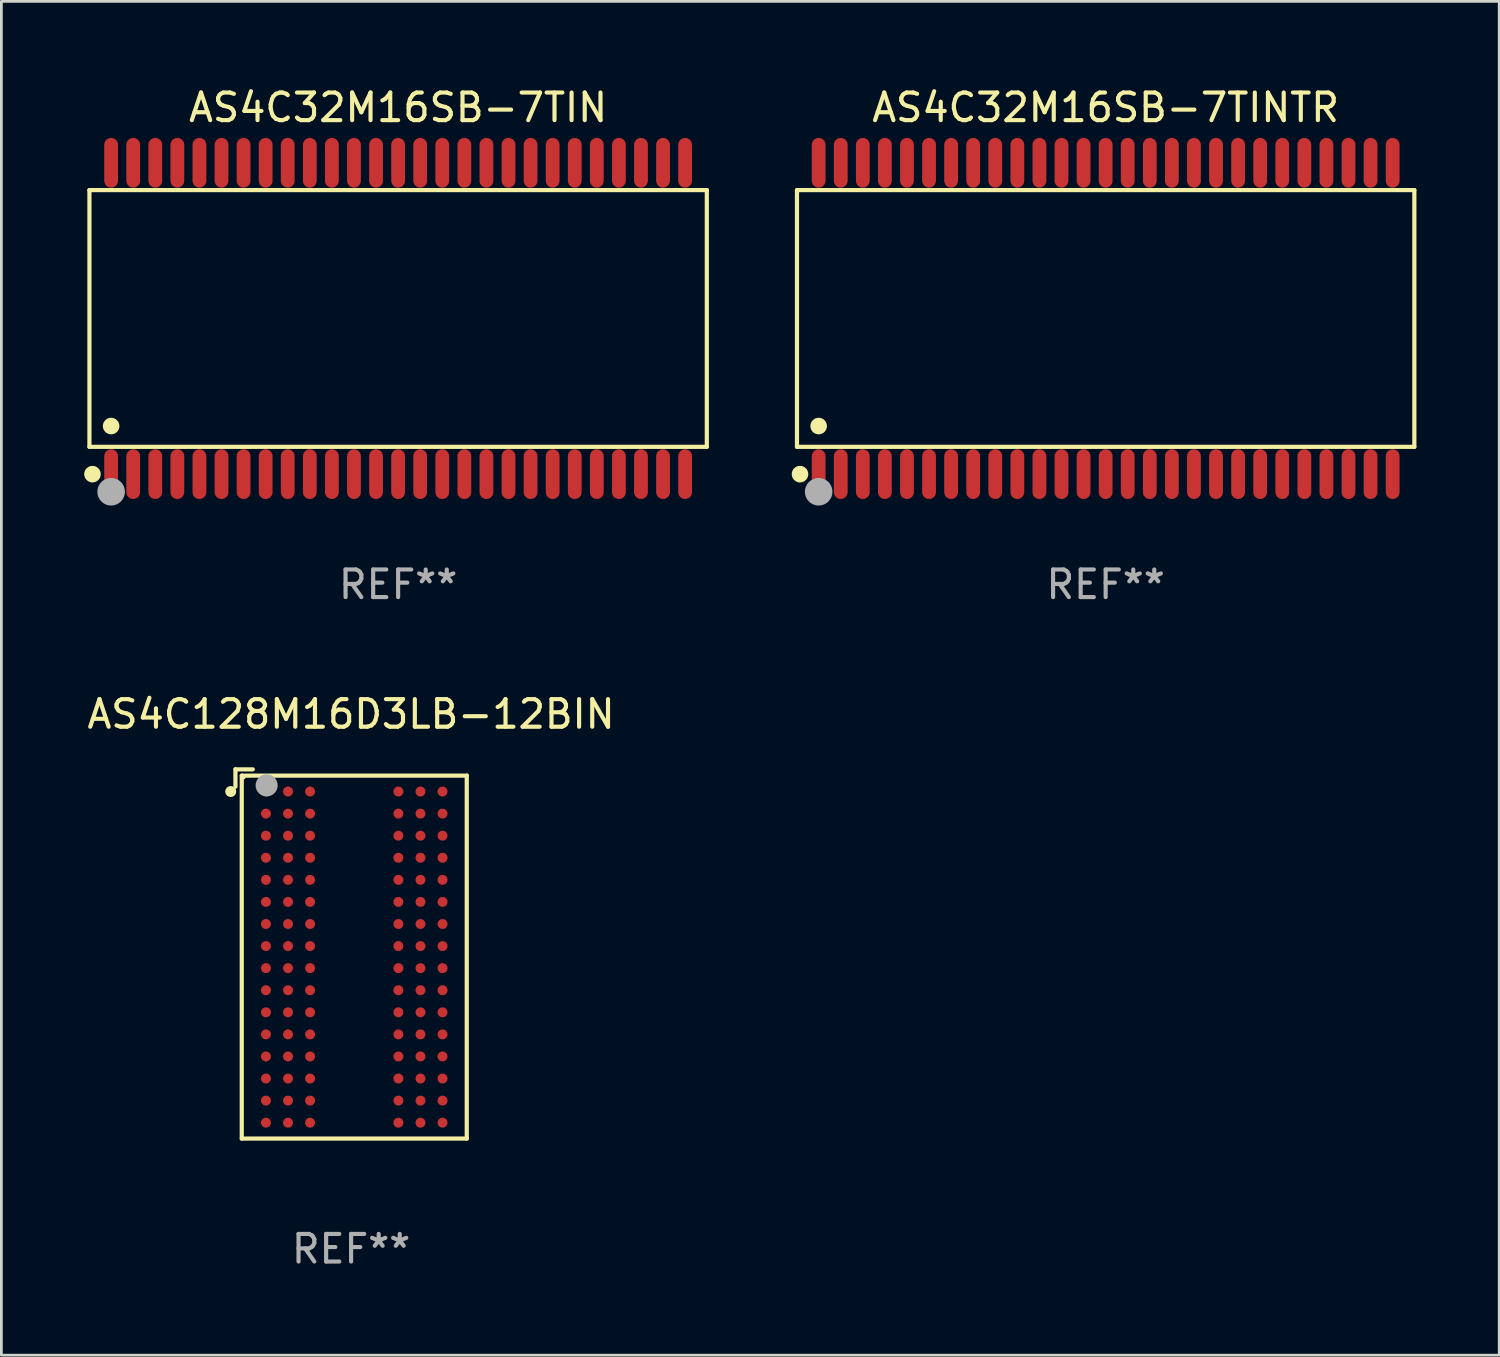
<source format=kicad_pcb>
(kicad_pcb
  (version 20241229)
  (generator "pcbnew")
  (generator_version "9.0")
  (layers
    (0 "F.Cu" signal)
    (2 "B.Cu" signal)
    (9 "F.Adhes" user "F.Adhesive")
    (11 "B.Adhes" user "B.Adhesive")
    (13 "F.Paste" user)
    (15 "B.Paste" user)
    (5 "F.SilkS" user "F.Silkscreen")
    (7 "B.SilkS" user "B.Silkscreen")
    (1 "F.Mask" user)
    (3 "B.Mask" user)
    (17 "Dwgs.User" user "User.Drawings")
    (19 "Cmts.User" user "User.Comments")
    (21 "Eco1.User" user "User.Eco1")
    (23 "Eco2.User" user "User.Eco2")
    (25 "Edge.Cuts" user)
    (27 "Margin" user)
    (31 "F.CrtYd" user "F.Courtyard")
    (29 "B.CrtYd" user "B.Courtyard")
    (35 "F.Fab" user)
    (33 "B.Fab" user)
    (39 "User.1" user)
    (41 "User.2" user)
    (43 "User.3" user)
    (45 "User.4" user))
  (footprint "AS4C32M16SB-7TINTR"
    (layer "F.Cu")
    (at 37.016 8.49)
    (property "Reference" "AS4C32M16SB-7TINTR" (at 0 -7.642 0) (layer "F.SilkS") (effects (font (size 1 1) (thickness 0.15))))
    (attr through_hole)
    (fp_line (start -11.186 -4.651) (end 11.186 -4.651) (stroke (width 0.152) (type solid)) (layer "F.SilkS"))
    (fp_line (start -11.186 4.651) (end -11.186 -4.651) (stroke (width 0.152) (type solid)) (layer "F.SilkS"))
    (fp_line (start 11.186 -4.651) (end 11.186 4.651) (stroke (width 0.152) (type solid)) (layer "F.SilkS"))
    (fp_line (start 11.186 4.651) (end -11.186 4.651) (stroke (width 0.152) (type solid)) (layer "F.SilkS"))
    (fp_circle (center -11.11 5.88) (end -11.08 5.88) (stroke (width 0.06) (type solid)) (fill no) (layer "F.SilkS"))
    (fp_circle (center -11.076 5.642) (end -10.926 5.642) (stroke (width 0.3) (type solid)) (fill no) (layer "F.SilkS"))
    (fp_circle (center -10.4 3.899) (end -10.25 3.899) (stroke (width 0.3) (type solid)) (fill no) (layer "F.SilkS"))
    (fp_circle (center -10.4 6.28) (end -10.15 6.28) (stroke (width 0.5) (type solid)) (fill no) (layer "F.Fab"))
    (fp_text user "REF**" (at 0 9.642 0) (layer "F.Fab") (effects (font (size 1 1) (thickness 0.15))))
    (pad "1" smd oval (at -10.4 5.642) (size 0.5 1.8) (layers "F.Cu" "F.Mask" "F.Paste"))
    (pad "2" smd oval (at -9.6 5.642) (size 0.5 1.8) (layers "F.Cu" "F.Mask" "F.Paste"))
    (pad "3" smd oval (at -8.8 5.642) (size 0.5 1.8) (layers "F.Cu" "F.Mask" "F.Paste"))
    (pad "4" smd oval (at -8 5.642) (size 0.5 1.8) (layers "F.Cu" "F.Mask" "F.Paste"))
    (pad "5" smd oval (at -7.2 5.642) (size 0.5 1.8) (layers "F.Cu" "F.Mask" "F.Paste"))
    (pad "6" smd oval (at -6.4 5.642) (size 0.5 1.8) (layers "F.Cu" "F.Mask" "F.Paste"))
    (pad "7" smd oval (at -5.6 5.642) (size 0.5 1.8) (layers "F.Cu" "F.Mask" "F.Paste"))
    (pad "8" smd oval (at -4.8 5.642) (size 0.5 1.8) (layers "F.Cu" "F.Mask" "F.Paste"))
    (pad "9" smd oval (at -4 5.642) (size 0.5 1.8) (layers "F.Cu" "F.Mask" "F.Paste"))
    (pad "10" smd oval (at -3.2 5.642) (size 0.5 1.8) (layers "F.Cu" "F.Mask" "F.Paste"))
    (pad "11" smd oval (at -2.4 5.642) (size 0.5 1.8) (layers "F.Cu" "F.Mask" "F.Paste"))
    (pad "12" smd oval (at -1.6 5.642) (size 0.5 1.8) (layers "F.Cu" "F.Mask" "F.Paste"))
    (pad "13" smd oval (at -0.8 5.642) (size 0.5 1.8) (layers "F.Cu" "F.Mask" "F.Paste"))
    (pad "14" smd oval (at 0 5.642) (size 0.5 1.8) (layers "F.Cu" "F.Mask" "F.Paste"))
    (pad "15" smd oval (at 0.8 5.642) (size 0.5 1.8) (layers "F.Cu" "F.Mask" "F.Paste"))
    (pad "16" smd oval (at 1.6 5.642) (size 0.5 1.8) (layers "F.Cu" "F.Mask" "F.Paste"))
    (pad "17" smd oval (at 2.4 5.642) (size 0.5 1.8) (layers "F.Cu" "F.Mask" "F.Paste"))
    (pad "18" smd oval (at 3.2 5.642) (size 0.5 1.8) (layers "F.Cu" "F.Mask" "F.Paste"))
    (pad "19" smd oval (at 4 5.642) (size 0.5 1.8) (layers "F.Cu" "F.Mask" "F.Paste"))
    (pad "20" smd oval (at 4.8 5.642) (size 0.5 1.8) (layers "F.Cu" "F.Mask" "F.Paste"))
    (pad "21" smd oval (at 5.6 5.642) (size 0.5 1.8) (layers "F.Cu" "F.Mask" "F.Paste"))
    (pad "22" smd oval (at 6.4 5.642) (size 0.5 1.8) (layers "F.Cu" "F.Mask" "F.Paste"))
    (pad "23" smd oval (at 7.2 5.642) (size 0.5 1.8) (layers "F.Cu" "F.Mask" "F.Paste"))
    (pad "24" smd oval (at 8 5.642) (size 0.5 1.8) (layers "F.Cu" "F.Mask" "F.Paste"))
    (pad "25" smd oval (at 8.8 5.642) (size 0.5 1.8) (layers "F.Cu" "F.Mask" "F.Paste"))
    (pad "26" smd oval (at 9.6 5.642) (size 0.5 1.8) (layers "F.Cu" "F.Mask" "F.Paste"))
    (pad "27" smd oval (at 10.4 5.642) (size 0.5 1.8) (layers "F.Cu" "F.Mask" "F.Paste"))
    (pad "28" smd oval (at 10.4 -5.642) (size 0.5 1.8) (layers "F.Cu" "F.Mask" "F.Paste"))
    (pad "29" smd oval (at 9.6 -5.642) (size 0.5 1.8) (layers "F.Cu" "F.Mask" "F.Paste"))
    (pad "30" smd oval (at 8.8 -5.642) (size 0.5 1.8) (layers "F.Cu" "F.Mask" "F.Paste"))
    (pad "31" smd oval (at 8 -5.642) (size 0.5 1.8) (layers "F.Cu" "F.Mask" "F.Paste"))
    (pad "32" smd oval (at 7.2 -5.642) (size 0.5 1.8) (layers "F.Cu" "F.Mask" "F.Paste"))
    (pad "33" smd oval (at 6.4 -5.642) (size 0.5 1.8) (layers "F.Cu" "F.Mask" "F.Paste"))
    (pad "34" smd oval (at 5.6 -5.642) (size 0.5 1.8) (layers "F.Cu" "F.Mask" "F.Paste"))
    (pad "35" smd oval (at 4.8 -5.642) (size 0.5 1.8) (layers "F.Cu" "F.Mask" "F.Paste"))
    (pad "36" smd oval (at 4 -5.642) (size 0.5 1.8) (layers "F.Cu" "F.Mask" "F.Paste"))
    (pad "37" smd oval (at 3.2 -5.642) (size 0.5 1.8) (layers "F.Cu" "F.Mask" "F.Paste"))
    (pad "38" smd oval (at 2.4 -5.642) (size 0.5 1.8) (layers "F.Cu" "F.Mask" "F.Paste"))
    (pad "39" smd oval (at 1.6 -5.642) (size 0.5 1.8) (layers "F.Cu" "F.Mask" "F.Paste"))
    (pad "40" smd oval (at 0.8 -5.642) (size 0.5 1.8) (layers "F.Cu" "F.Mask" "F.Paste"))
    (pad "41" smd oval (at 0 -5.642) (size 0.5 1.8) (layers "F.Cu" "F.Mask" "F.Paste"))
    (pad "42" smd oval (at -0.8 -5.642) (size 0.5 1.8) (layers "F.Cu" "F.Mask" "F.Paste"))
    (pad "43" smd oval (at -1.6 -5.642) (size 0.5 1.8) (layers "F.Cu" "F.Mask" "F.Paste"))
    (pad "44" smd oval (at -2.4 -5.642) (size 0.5 1.8) (layers "F.Cu" "F.Mask" "F.Paste"))
    (pad "45" smd oval (at -3.2 -5.642) (size 0.5 1.8) (layers "F.Cu" "F.Mask" "F.Paste"))
    (pad "46" smd oval (at -4 -5.642) (size 0.5 1.8) (layers "F.Cu" "F.Mask" "F.Paste"))
    (pad "47" smd oval (at -4.8 -5.642) (size 0.5 1.8) (layers "F.Cu" "F.Mask" "F.Paste"))
    (pad "48" smd oval (at -5.6 -5.642) (size 0.5 1.8) (layers "F.Cu" "F.Mask" "F.Paste"))
    (pad "49" smd oval (at -6.4 -5.642) (size 0.5 1.8) (layers "F.Cu" "F.Mask" "F.Paste"))
    (pad "50" smd oval (at -7.2 -5.642) (size 0.5 1.8) (layers "F.Cu" "F.Mask" "F.Paste"))
    (pad "51" smd oval (at -8 -5.642) (size 0.5 1.8) (layers "F.Cu" "F.Mask" "F.Paste"))
    (pad "52" smd oval (at -8.8 -5.642) (size 0.5 1.8) (layers "F.Cu" "F.Mask" "F.Paste"))
    (pad "53" smd oval (at -9.6 -5.642) (size 0.5 1.8) (layers "F.Cu" "F.Mask" "F.Paste"))
    (pad "54" smd oval (at -10.4 -5.642) (size 0.5 1.8) (layers "F.Cu" "F.Mask" "F.Paste")))
  (footprint "AS4C128M16D3LB-12BIN"
    (layer "F.Cu")
    (at 9.673 31.519)
    (property "Reference" "AS4C128M16D3LB-12BIN" (at 0 -8.69 0) (layer "F.SilkS") (effects (font (size 1 1) (thickness 0.15))))
    (attr through_hole)
    (fp_line (start -4.191 -6.69) (end -4.191 -6.062) (stroke (width 0.152) (type solid)) (layer "F.SilkS"))
    (fp_line (start -3.962 -6.462) (end 4.191 -6.462) (stroke (width 0.152) (type solid)) (layer "F.SilkS"))
    (fp_line (start -3.962 6.69) (end -3.962 -6.462) (stroke (width 0.152) (type solid)) (layer "F.SilkS"))
    (fp_line (start -3.562 -6.69) (end -4.191 -6.69) (stroke (width 0.152) (type solid)) (layer "F.SilkS"))
    (fp_line (start 4.191 -6.462) (end 4.191 6.69) (stroke (width 0.152) (type solid)) (layer "F.SilkS"))
    (fp_line (start 4.191 6.69) (end -3.962 6.69) (stroke (width 0.152) (type solid)) (layer "F.SilkS"))
    (fp_circle (center -4.362 -5.886) (end -4.262 -5.886) (stroke (width 0.2) (type solid)) (fill no) (layer "F.SilkS"))
    (fp_circle (center -3.886 -6.386) (end -3.856 -6.386) (stroke (width 0.06) (type solid)) (fill no) (layer "F.SilkS"))
    (fp_circle (center -3.061 -6.109) (end -2.861 -6.109) (stroke (width 0.4) (type solid)) (fill no) (layer "F.Fab"))
    (fp_text user "REF**" (at 0 10.69 0) (layer "F.Fab") (effects (font (size 1 1) (thickness 0.15))))
    (pad "A1" smd circle (at -3.086 -5.886) (size 0.36 0.36) (layers "F.Cu" "F.Mask" "F.Paste"))
    (pad "A2" smd circle (at -2.286 -5.886) (size 0.36 0.36) (layers "F.Cu" "F.Mask" "F.Paste"))
    (pad "A3" smd circle (at -1.486 -5.886) (size 0.36 0.36) (layers "F.Cu" "F.Mask" "F.Paste"))
    (pad "A7" smd circle (at 1.714 -5.886) (size 0.36 0.36) (layers "F.Cu" "F.Mask" "F.Paste"))
    (pad "A8" smd circle (at 2.514 -5.886) (size 0.36 0.36) (layers "F.Cu" "F.Mask" "F.Paste"))
    (pad "A9" smd circle (at 3.314 -5.886) (size 0.36 0.36) (layers "F.Cu" "F.Mask" "F.Paste"))
    (pad "B1" smd circle (at -3.086 -5.086) (size 0.36 0.36) (layers "F.Cu" "F.Mask" "F.Paste"))
    (pad "B2" smd circle (at -2.286 -5.086) (size 0.36 0.36) (layers "F.Cu" "F.Mask" "F.Paste"))
    (pad "B3" smd circle (at -1.486 -5.086) (size 0.36 0.36) (layers "F.Cu" "F.Mask" "F.Paste"))
    (pad "B7" smd circle (at 1.714 -5.086) (size 0.36 0.36) (layers "F.Cu" "F.Mask" "F.Paste"))
    (pad "B8" smd circle (at 2.514 -5.086) (size 0.36 0.36) (layers "F.Cu" "F.Mask" "F.Paste"))
    (pad "B9" smd circle (at 3.314 -5.086) (size 0.36 0.36) (layers "F.Cu" "F.Mask" "F.Paste"))
    (pad "C1" smd circle (at -3.086 -4.286) (size 0.36 0.36) (layers "F.Cu" "F.Mask" "F.Paste"))
    (pad "C2" smd circle (at -2.286 -4.286) (size 0.36 0.36) (layers "F.Cu" "F.Mask" "F.Paste"))
    (pad "C3" smd circle (at -1.486 -4.286) (size 0.36 0.36) (layers "F.Cu" "F.Mask" "F.Paste"))
    (pad "C7" smd circle (at 1.714 -4.286) (size 0.36 0.36) (layers "F.Cu" "F.Mask" "F.Paste"))
    (pad "C8" smd circle (at 2.514 -4.286) (size 0.36 0.36) (layers "F.Cu" "F.Mask" "F.Paste"))
    (pad "C9" smd circle (at 3.314 -4.286) (size 0.36 0.36) (layers "F.Cu" "F.Mask" "F.Paste"))
    (pad "D1" smd circle (at -3.086 -3.486) (size 0.36 0.36) (layers "F.Cu" "F.Mask" "F.Paste"))
    (pad "D2" smd circle (at -2.286 -3.486) (size 0.36 0.36) (layers "F.Cu" "F.Mask" "F.Paste"))
    (pad "D3" smd circle (at -1.486 -3.486) (size 0.36 0.36) (layers "F.Cu" "F.Mask" "F.Paste"))
    (pad "D7" smd circle (at 1.714 -3.486) (size 0.36 0.36) (layers "F.Cu" "F.Mask" "F.Paste"))
    (pad "D8" smd circle (at 2.514 -3.486) (size 0.36 0.36) (layers "F.Cu" "F.Mask" "F.Paste"))
    (pad "D9" smd circle (at 3.314 -3.486) (size 0.36 0.36) (layers "F.Cu" "F.Mask" "F.Paste"))
    (pad "E1" smd circle (at -3.086 -2.686) (size 0.36 0.36) (layers "F.Cu" "F.Mask" "F.Paste"))
    (pad "E2" smd circle (at -2.286 -2.686) (size 0.36 0.36) (layers "F.Cu" "F.Mask" "F.Paste"))
    (pad "E3" smd circle (at -1.486 -2.686) (size 0.36 0.36) (layers "F.Cu" "F.Mask" "F.Paste"))
    (pad "E7" smd circle (at 1.714 -2.686) (size 0.36 0.36) (layers "F.Cu" "F.Mask" "F.Paste"))
    (pad "E8" smd circle (at 2.514 -2.686) (size 0.36 0.36) (layers "F.Cu" "F.Mask" "F.Paste"))
    (pad "E9" smd circle (at 3.314 -2.686) (size 0.36 0.36) (layers "F.Cu" "F.Mask" "F.Paste"))
    (pad "F1" smd circle (at -3.086 -1.886) (size 0.36 0.36) (layers "F.Cu" "F.Mask" "F.Paste"))
    (pad "F2" smd circle (at -2.286 -1.886) (size 0.36 0.36) (layers "F.Cu" "F.Mask" "F.Paste"))
    (pad "F3" smd circle (at -1.486 -1.886) (size 0.36 0.36) (layers "F.Cu" "F.Mask" "F.Paste"))
    (pad "F7" smd circle (at 1.714 -1.886) (size 0.36 0.36) (layers "F.Cu" "F.Mask" "F.Paste"))
    (pad "F8" smd circle (at 2.514 -1.886) (size 0.36 0.36) (layers "F.Cu" "F.Mask" "F.Paste"))
    (pad "F9" smd circle (at 3.314 -1.886) (size 0.36 0.36) (layers "F.Cu" "F.Mask" "F.Paste"))
    (pad "G1" smd circle (at -3.086 -1.086) (size 0.36 0.36) (layers "F.Cu" "F.Mask" "F.Paste"))
    (pad "G2" smd circle (at -2.286 -1.086) (size 0.36 0.36) (layers "F.Cu" "F.Mask" "F.Paste"))
    (pad "G3" smd circle (at -1.486 -1.086) (size 0.36 0.36) (layers "F.Cu" "F.Mask" "F.Paste"))
    (pad "G7" smd circle (at 1.714 -1.086) (size 0.36 0.36) (layers "F.Cu" "F.Mask" "F.Paste"))
    (pad "G8" smd circle (at 2.514 -1.086) (size 0.36 0.36) (layers "F.Cu" "F.Mask" "F.Paste"))
    (pad "G9" smd circle (at 3.314 -1.086) (size 0.36 0.36) (layers "F.Cu" "F.Mask" "F.Paste"))
    (pad "H1" smd circle (at -3.086 -0.286) (size 0.36 0.36) (layers "F.Cu" "F.Mask" "F.Paste"))
    (pad "H2" smd circle (at -2.286 -0.286) (size 0.36 0.36) (layers "F.Cu" "F.Mask" "F.Paste"))
    (pad "H3" smd circle (at -1.486 -0.286) (size 0.36 0.36) (layers "F.Cu" "F.Mask" "F.Paste"))
    (pad "H7" smd circle (at 1.714 -0.286) (size 0.36 0.36) (layers "F.Cu" "F.Mask" "F.Paste"))
    (pad "H8" smd circle (at 2.514 -0.286) (size 0.36 0.36) (layers "F.Cu" "F.Mask" "F.Paste"))
    (pad "H9" smd circle (at 3.314 -0.286) (size 0.36 0.36) (layers "F.Cu" "F.Mask" "F.Paste"))
    (pad "J1" smd circle (at -3.086 0.514) (size 0.36 0.36) (layers "F.Cu" "F.Mask" "F.Paste"))
    (pad "J2" smd circle (at -2.286 0.514) (size 0.36 0.36) (layers "F.Cu" "F.Mask" "F.Paste"))
    (pad "J3" smd circle (at -1.486 0.514) (size 0.36 0.36) (layers "F.Cu" "F.Mask" "F.Paste"))
    (pad "J7" smd circle (at 1.714 0.514) (size 0.36 0.36) (layers "F.Cu" "F.Mask" "F.Paste"))
    (pad "J8" smd circle (at 2.514 0.514) (size 0.36 0.36) (layers "F.Cu" "F.Mask" "F.Paste"))
    (pad "J9" smd circle (at 3.314 0.514) (size 0.36 0.36) (layers "F.Cu" "F.Mask" "F.Paste"))
    (pad "K1" smd circle (at -3.086 1.314) (size 0.36 0.36) (layers "F.Cu" "F.Mask" "F.Paste"))
    (pad "K2" smd circle (at -2.286 1.314) (size 0.36 0.36) (layers "F.Cu" "F.Mask" "F.Paste"))
    (pad "K3" smd circle (at -1.486 1.314) (size 0.36 0.36) (layers "F.Cu" "F.Mask" "F.Paste"))
    (pad "K7" smd circle (at 1.714 1.314) (size 0.36 0.36) (layers "F.Cu" "F.Mask" "F.Paste"))
    (pad "K8" smd circle (at 2.514 1.314) (size 0.36 0.36) (layers "F.Cu" "F.Mask" "F.Paste"))
    (pad "K9" smd circle (at 3.314 1.314) (size 0.36 0.36) (layers "F.Cu" "F.Mask" "F.Paste"))
    (pad "L1" smd circle (at -3.086 2.114) (size 0.36 0.36) (layers "F.Cu" "F.Mask" "F.Paste"))
    (pad "L2" smd circle (at -2.286 2.114) (size 0.36 0.36) (layers "F.Cu" "F.Mask" "F.Paste"))
    (pad "L3" smd circle (at -1.486 2.114) (size 0.36 0.36) (layers "F.Cu" "F.Mask" "F.Paste"))
    (pad "L7" smd circle (at 1.714 2.114) (size 0.36 0.36) (layers "F.Cu" "F.Mask" "F.Paste"))
    (pad "L8" smd circle (at 2.514 2.114) (size 0.36 0.36) (layers "F.Cu" "F.Mask" "F.Paste"))
    (pad "L9" smd circle (at 3.314 2.114) (size 0.36 0.36) (layers "F.Cu" "F.Mask" "F.Paste"))
    (pad "M1" smd circle (at -3.086 2.914) (size 0.36 0.36) (layers "F.Cu" "F.Mask" "F.Paste"))
    (pad "M2" smd circle (at -2.286 2.914) (size 0.36 0.36) (layers "F.Cu" "F.Mask" "F.Paste"))
    (pad "M3" smd circle (at -1.486 2.914) (size 0.36 0.36) (layers "F.Cu" "F.Mask" "F.Paste"))
    (pad "M7" smd circle (at 1.714 2.914) (size 0.36 0.36) (layers "F.Cu" "F.Mask" "F.Paste"))
    (pad "M8" smd circle (at 2.514 2.914) (size 0.36 0.36) (layers "F.Cu" "F.Mask" "F.Paste"))
    (pad "M9" smd circle (at 3.314 2.914) (size 0.36 0.36) (layers "F.Cu" "F.Mask" "F.Paste"))
    (pad "N1" smd circle (at -3.086 3.714) (size 0.36 0.36) (layers "F.Cu" "F.Mask" "F.Paste"))
    (pad "N2" smd circle (at -2.286 3.714) (size 0.36 0.36) (layers "F.Cu" "F.Mask" "F.Paste"))
    (pad "N3" smd circle (at -1.486 3.714) (size 0.36 0.36) (layers "F.Cu" "F.Mask" "F.Paste"))
    (pad "N7" smd circle (at 1.714 3.714) (size 0.36 0.36) (layers "F.Cu" "F.Mask" "F.Paste"))
    (pad "N8" smd circle (at 2.514 3.714) (size 0.36 0.36) (layers "F.Cu" "F.Mask" "F.Paste"))
    (pad "N9" smd circle (at 3.314 3.714) (size 0.36 0.36) (layers "F.Cu" "F.Mask" "F.Paste"))
    (pad "P1" smd circle (at -3.086 4.514) (size 0.36 0.36) (layers "F.Cu" "F.Mask" "F.Paste"))
    (pad "P2" smd circle (at -2.286 4.514) (size 0.36 0.36) (layers "F.Cu" "F.Mask" "F.Paste"))
    (pad "P3" smd circle (at -1.486 4.514) (size 0.36 0.36) (layers "F.Cu" "F.Mask" "F.Paste"))
    (pad "P7" smd circle (at 1.714 4.514) (size 0.36 0.36) (layers "F.Cu" "F.Mask" "F.Paste"))
    (pad "P8" smd circle (at 2.514 4.514) (size 0.36 0.36) (layers "F.Cu" "F.Mask" "F.Paste"))
    (pad "P9" smd circle (at 3.314 4.514) (size 0.36 0.36) (layers "F.Cu" "F.Mask" "F.Paste"))
    (pad "R1" smd circle (at -3.086 5.314) (size 0.36 0.36) (layers "F.Cu" "F.Mask" "F.Paste"))
    (pad "R2" smd circle (at -2.286 5.314) (size 0.36 0.36) (layers "F.Cu" "F.Mask" "F.Paste"))
    (pad "R3" smd circle (at -1.486 5.314) (size 0.36 0.36) (layers "F.Cu" "F.Mask" "F.Paste"))
    (pad "R7" smd circle (at 1.714 5.314) (size 0.36 0.36) (layers "F.Cu" "F.Mask" "F.Paste"))
    (pad "R8" smd circle (at 2.514 5.314) (size 0.36 0.36) (layers "F.Cu" "F.Mask" "F.Paste"))
    (pad "R9" smd circle (at 3.314 5.314) (size 0.36 0.36) (layers "F.Cu" "F.Mask" "F.Paste"))
    (pad "T1" smd circle (at -3.086 6.114) (size 0.36 0.36) (layers "F.Cu" "F.Mask" "F.Paste"))
    (pad "T2" smd circle (at -2.286 6.114) (size 0.36 0.36) (layers "F.Cu" "F.Mask" "F.Paste"))
    (pad "T3" smd circle (at -1.486 6.114) (size 0.36 0.36) (layers "F.Cu" "F.Mask" "F.Paste"))
    (pad "T7" smd circle (at 1.714 6.114) (size 0.36 0.36) (layers "F.Cu" "F.Mask" "F.Paste"))
    (pad "T8" smd circle (at 2.514 6.114) (size 0.36 0.36) (layers "F.Cu" "F.Mask" "F.Paste"))
    (pad "T9" smd circle (at 3.314 6.114) (size 0.36 0.36) (layers "F.Cu" "F.Mask" "F.Paste")))
  (footprint "AS4C32M16SB-7TIN"
    (layer "F.Cu")
    (at 11.377 8.49)
    (property "Reference" "AS4C32M16SB-7TIN" (at 0 -7.642 0) (layer "F.SilkS") (effects (font (size 1 1) (thickness 0.15))))
    (attr through_hole)
    (fp_line (start -11.186 -4.651) (end 11.186 -4.651) (stroke (width 0.152) (type solid)) (layer "F.SilkS"))
    (fp_line (start -11.186 4.651) (end -11.186 -4.651) (stroke (width 0.152) (type solid)) (layer "F.SilkS"))
    (fp_line (start 11.186 -4.651) (end 11.186 4.651) (stroke (width 0.152) (type solid)) (layer "F.SilkS"))
    (fp_line (start 11.186 4.651) (end -11.186 4.651) (stroke (width 0.152) (type solid)) (layer "F.SilkS"))
    (fp_circle (center -11.11 5.88) (end -11.08 5.88) (stroke (width 0.06) (type solid)) (fill no) (layer "F.SilkS"))
    (fp_circle (center -11.076 5.642) (end -10.926 5.642) (stroke (width 0.3) (type solid)) (fill no) (layer "F.SilkS"))
    (fp_circle (center -10.4 3.899) (end -10.25 3.899) (stroke (width 0.3) (type solid)) (fill no) (layer "F.SilkS"))
    (fp_circle (center -10.4 6.28) (end -10.15 6.28) (stroke (width 0.5) (type solid)) (fill no) (layer "F.Fab"))
    (fp_text user "REF**" (at 0 9.642 0) (layer "F.Fab") (effects (font (size 1 1) (thickness 0.15))))
    (pad "1" smd oval (at -10.4 5.642) (size 0.5 1.8) (layers "F.Cu" "F.Mask" "F.Paste"))
    (pad "2" smd oval (at -9.6 5.642) (size 0.5 1.8) (layers "F.Cu" "F.Mask" "F.Paste"))
    (pad "3" smd oval (at -8.8 5.642) (size 0.5 1.8) (layers "F.Cu" "F.Mask" "F.Paste"))
    (pad "4" smd oval (at -8 5.642) (size 0.5 1.8) (layers "F.Cu" "F.Mask" "F.Paste"))
    (pad "5" smd oval (at -7.2 5.642) (size 0.5 1.8) (layers "F.Cu" "F.Mask" "F.Paste"))
    (pad "6" smd oval (at -6.4 5.642) (size 0.5 1.8) (layers "F.Cu" "F.Mask" "F.Paste"))
    (pad "7" smd oval (at -5.6 5.642) (size 0.5 1.8) (layers "F.Cu" "F.Mask" "F.Paste"))
    (pad "8" smd oval (at -4.8 5.642) (size 0.5 1.8) (layers "F.Cu" "F.Mask" "F.Paste"))
    (pad "9" smd oval (at -4 5.642) (size 0.5 1.8) (layers "F.Cu" "F.Mask" "F.Paste"))
    (pad "10" smd oval (at -3.2 5.642) (size 0.5 1.8) (layers "F.Cu" "F.Mask" "F.Paste"))
    (pad "11" smd oval (at -2.4 5.642) (size 0.5 1.8) (layers "F.Cu" "F.Mask" "F.Paste"))
    (pad "12" smd oval (at -1.6 5.642) (size 0.5 1.8) (layers "F.Cu" "F.Mask" "F.Paste"))
    (pad "13" smd oval (at -0.8 5.642) (size 0.5 1.8) (layers "F.Cu" "F.Mask" "F.Paste"))
    (pad "14" smd oval (at 0 5.642) (size 0.5 1.8) (layers "F.Cu" "F.Mask" "F.Paste"))
    (pad "15" smd oval (at 0.8 5.642) (size 0.5 1.8) (layers "F.Cu" "F.Mask" "F.Paste"))
    (pad "16" smd oval (at 1.6 5.642) (size 0.5 1.8) (layers "F.Cu" "F.Mask" "F.Paste"))
    (pad "17" smd oval (at 2.4 5.642) (size 0.5 1.8) (layers "F.Cu" "F.Mask" "F.Paste"))
    (pad "18" smd oval (at 3.2 5.642) (size 0.5 1.8) (layers "F.Cu" "F.Mask" "F.Paste"))
    (pad "19" smd oval (at 4 5.642) (size 0.5 1.8) (layers "F.Cu" "F.Mask" "F.Paste"))
    (pad "20" smd oval (at 4.8 5.642) (size 0.5 1.8) (layers "F.Cu" "F.Mask" "F.Paste"))
    (pad "21" smd oval (at 5.6 5.642) (size 0.5 1.8) (layers "F.Cu" "F.Mask" "F.Paste"))
    (pad "22" smd oval (at 6.4 5.642) (size 0.5 1.8) (layers "F.Cu" "F.Mask" "F.Paste"))
    (pad "23" smd oval (at 7.2 5.642) (size 0.5 1.8) (layers "F.Cu" "F.Mask" "F.Paste"))
    (pad "24" smd oval (at 8 5.642) (size 0.5 1.8) (layers "F.Cu" "F.Mask" "F.Paste"))
    (pad "25" smd oval (at 8.8 5.642) (size 0.5 1.8) (layers "F.Cu" "F.Mask" "F.Paste"))
    (pad "26" smd oval (at 9.6 5.642) (size 0.5 1.8) (layers "F.Cu" "F.Mask" "F.Paste"))
    (pad "27" smd oval (at 10.4 5.642) (size 0.5 1.8) (layers "F.Cu" "F.Mask" "F.Paste"))
    (pad "28" smd oval (at 10.4 -5.642) (size 0.5 1.8) (layers "F.Cu" "F.Mask" "F.Paste"))
    (pad "29" smd oval (at 9.6 -5.642) (size 0.5 1.8) (layers "F.Cu" "F.Mask" "F.Paste"))
    (pad "30" smd oval (at 8.8 -5.642) (size 0.5 1.8) (layers "F.Cu" "F.Mask" "F.Paste"))
    (pad "31" smd oval (at 8 -5.642) (size 0.5 1.8) (layers "F.Cu" "F.Mask" "F.Paste"))
    (pad "32" smd oval (at 7.2 -5.642) (size 0.5 1.8) (layers "F.Cu" "F.Mask" "F.Paste"))
    (pad "33" smd oval (at 6.4 -5.642) (size 0.5 1.8) (layers "F.Cu" "F.Mask" "F.Paste"))
    (pad "34" smd oval (at 5.6 -5.642) (size 0.5 1.8) (layers "F.Cu" "F.Mask" "F.Paste"))
    (pad "35" smd oval (at 4.8 -5.642) (size 0.5 1.8) (layers "F.Cu" "F.Mask" "F.Paste"))
    (pad "36" smd oval (at 4 -5.642) (size 0.5 1.8) (layers "F.Cu" "F.Mask" "F.Paste"))
    (pad "37" smd oval (at 3.2 -5.642) (size 0.5 1.8) (layers "F.Cu" "F.Mask" "F.Paste"))
    (pad "38" smd oval (at 2.4 -5.642) (size 0.5 1.8) (layers "F.Cu" "F.Mask" "F.Paste"))
    (pad "39" smd oval (at 1.6 -5.642) (size 0.5 1.8) (layers "F.Cu" "F.Mask" "F.Paste"))
    (pad "40" smd oval (at 0.8 -5.642) (size 0.5 1.8) (layers "F.Cu" "F.Mask" "F.Paste"))
    (pad "41" smd oval (at 0 -5.642) (size 0.5 1.8) (layers "F.Cu" "F.Mask" "F.Paste"))
    (pad "42" smd oval (at -0.8 -5.642) (size 0.5 1.8) (layers "F.Cu" "F.Mask" "F.Paste"))
    (pad "43" smd oval (at -1.6 -5.642) (size 0.5 1.8) (layers "F.Cu" "F.Mask" "F.Paste"))
    (pad "44" smd oval (at -2.4 -5.642) (size 0.5 1.8) (layers "F.Cu" "F.Mask" "F.Paste"))
    (pad "45" smd oval (at -3.2 -5.642) (size 0.5 1.8) (layers "F.Cu" "F.Mask" "F.Paste"))
    (pad "46" smd oval (at -4 -5.642) (size 0.5 1.8) (layers "F.Cu" "F.Mask" "F.Paste"))
    (pad "47" smd oval (at -4.8 -5.642) (size 0.5 1.8) (layers "F.Cu" "F.Mask" "F.Paste"))
    (pad "48" smd oval (at -5.6 -5.642) (size 0.5 1.8) (layers "F.Cu" "F.Mask" "F.Paste"))
    (pad "49" smd oval (at -6.4 -5.642) (size 0.5 1.8) (layers "F.Cu" "F.Mask" "F.Paste"))
    (pad "50" smd oval (at -7.2 -5.642) (size 0.5 1.8) (layers "F.Cu" "F.Mask" "F.Paste"))
    (pad "51" smd oval (at -8 -5.642) (size 0.5 1.8) (layers "F.Cu" "F.Mask" "F.Paste"))
    (pad "52" smd oval (at -8.8 -5.642) (size 0.5 1.8) (layers "F.Cu" "F.Mask" "F.Paste"))
    (pad "53" smd oval (at -9.6 -5.642) (size 0.5 1.8) (layers "F.Cu" "F.Mask" "F.Paste"))
    (pad "54" smd oval (at -10.4 -5.642) (size 0.5 1.8) (layers "F.Cu" "F.Mask" "F.Paste")))
  (gr_rect
    (start -3 -3)
    (end 51.278 46.058)
    (stroke (width 0.1) (type default))
    (fill no)
    (layer "Edge.Cuts")))
</source>
